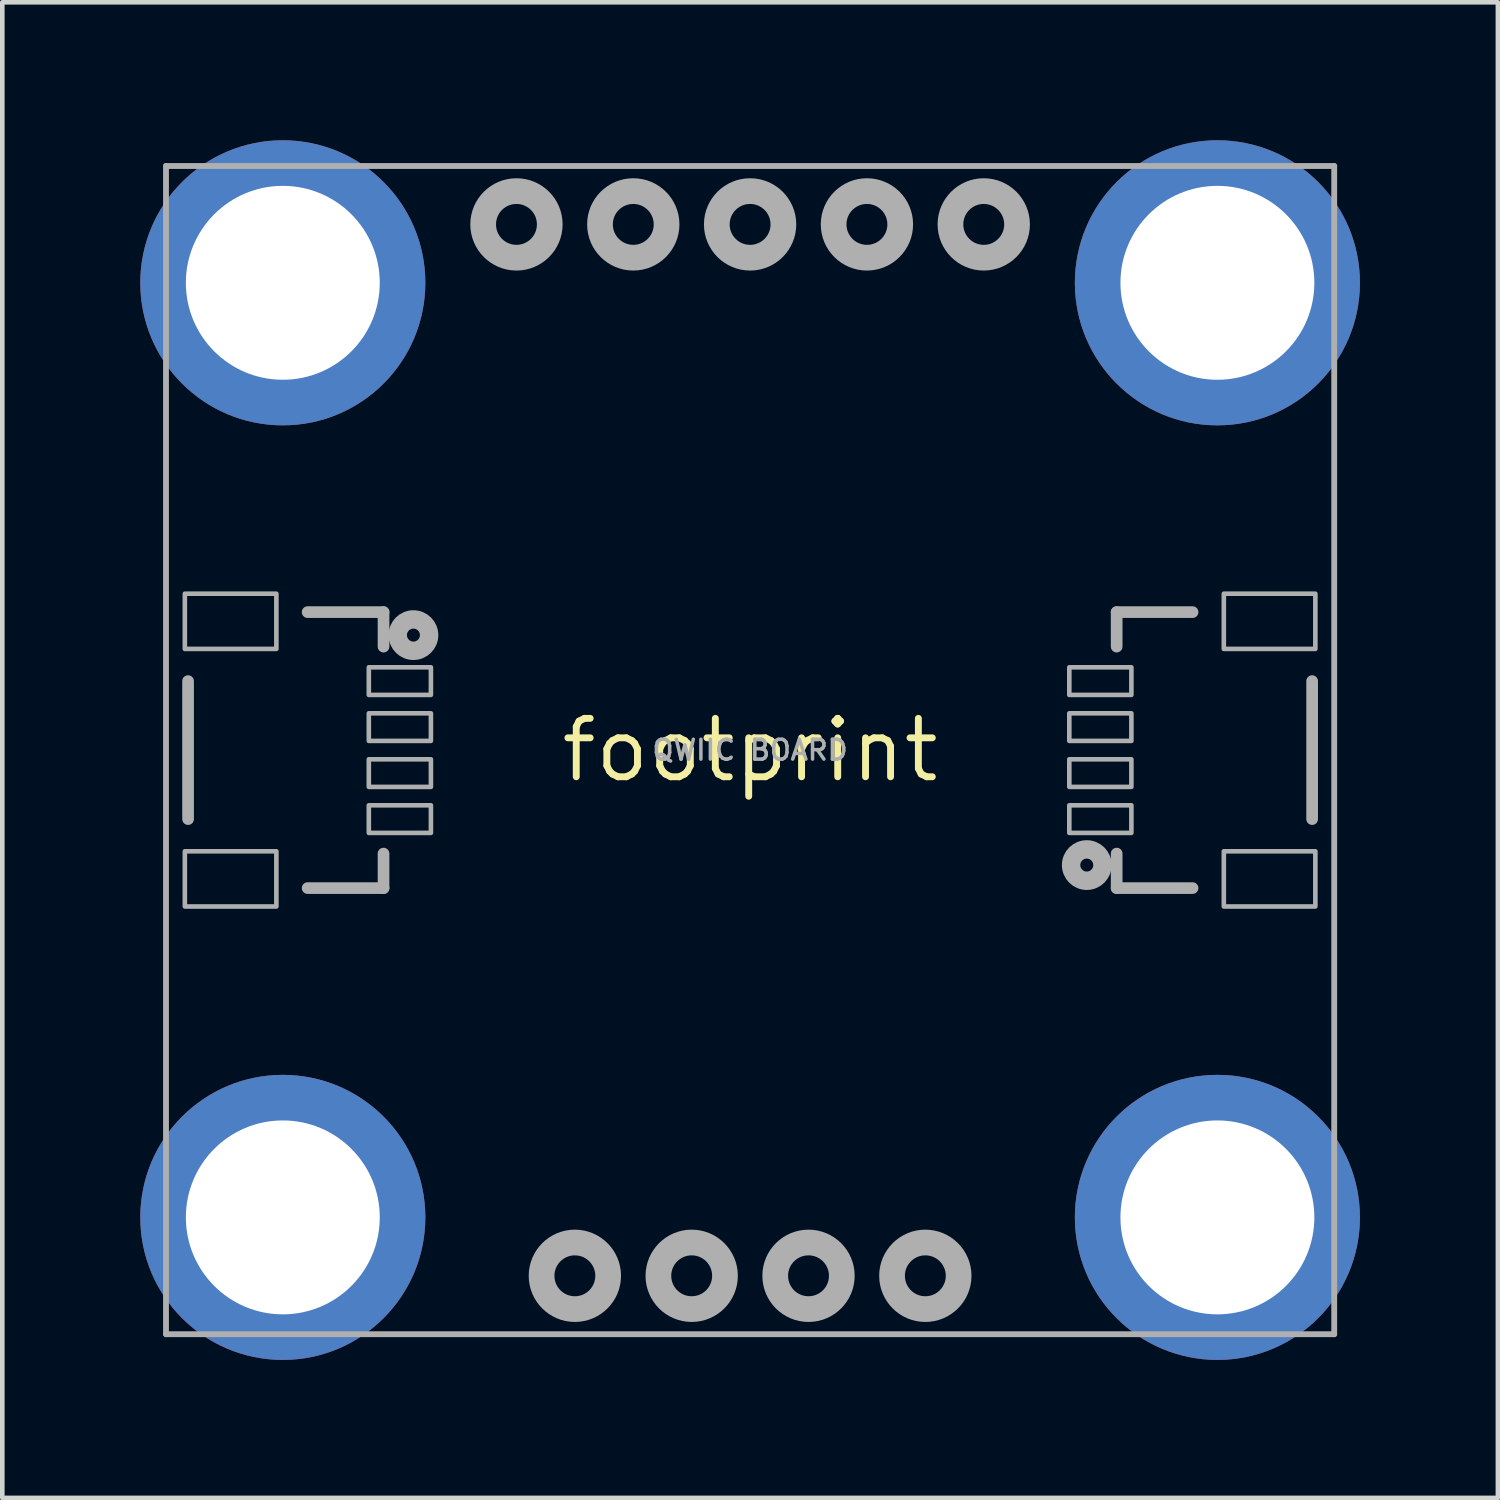
<source format=kicad_pcb>
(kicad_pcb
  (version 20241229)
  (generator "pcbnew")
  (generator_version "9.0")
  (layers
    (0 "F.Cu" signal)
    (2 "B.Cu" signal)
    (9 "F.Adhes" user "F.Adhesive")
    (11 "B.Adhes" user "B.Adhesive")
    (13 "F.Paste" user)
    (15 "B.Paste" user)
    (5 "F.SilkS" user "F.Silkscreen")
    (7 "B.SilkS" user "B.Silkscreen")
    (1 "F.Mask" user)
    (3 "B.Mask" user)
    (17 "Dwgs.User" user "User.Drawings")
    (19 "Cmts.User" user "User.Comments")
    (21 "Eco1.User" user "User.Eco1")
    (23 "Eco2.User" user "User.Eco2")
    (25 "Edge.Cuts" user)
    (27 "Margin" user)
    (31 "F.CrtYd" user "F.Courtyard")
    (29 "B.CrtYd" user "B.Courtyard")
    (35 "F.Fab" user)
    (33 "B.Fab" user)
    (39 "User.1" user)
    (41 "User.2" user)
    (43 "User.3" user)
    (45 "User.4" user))
  (footprint "footprint"
    (layer "F.Cu")
    (at 13.259 13.259)
    (property "Reference" "footprint" (at 0 0 0) (layer "F.SilkS") (effects (font (size 1.27 1.27) (thickness 0.15))))
    (fp_poly (pts (xy 8.217 -9.213) (xy 8.354 -8.961) (xy 8.526 -8.73) (xy 8.73 -8.526) (xy 8.961 -8.354) (xy 9.215 -8.216) (xy 9.485 -8.116) (xy 9.765 -8.056) (xy 9.81 -8.056) (xy 9.81 -7.1) (xy 9.423 -7.168) (xy 9.101 -7.262) (xy 8.791 -7.392) (xy 8.498 -7.555) (xy 8.224 -7.75) (xy 7.974 -7.974) (xy 7.75 -8.224) (xy 7.555 -8.498) (xy 7.392 -8.791) (xy 7.262 -9.101) (xy 7.168 -9.423) (xy 7.1 -9.81) (xy 8.044 -9.81)) (stroke (width 0) (type solid)) (fill yes) (layer "F.Paste"))
    (fp_poly (pts (xy 9.81 8.044) (xy 9.213 8.217) (xy 8.961 8.354) (xy 8.73 8.526) (xy 8.526 8.73) (xy 8.354 8.961) (xy 8.216 9.215) (xy 8.116 9.485) (xy 8.056 9.765) (xy 8.056 9.81) (xy 7.1 9.81) (xy 7.168 9.423) (xy 7.262 9.101) (xy 7.392 8.791) (xy 7.555 8.498) (xy 7.75 8.224) (xy 7.974 7.974) (xy 8.224 7.75) (xy 8.498 7.555) (xy 8.791 7.392) (xy 9.101 7.262) (xy 9.423 7.168) (xy 9.81 7.1)) (stroke (width 0) (type solid)) (fill yes) (layer "F.Paste"))
    (fp_poly (pts (xy -12.103 -9.213) (xy -11.966 -8.961) (xy -11.794 -8.73) (xy -11.59 -8.526) (xy -11.359 -8.354) (xy -11.105 -8.216) (xy -10.835 -8.116) (xy -10.51 -8.046) (xy -10.51 -7.1) (xy -10.897 -7.168) (xy -11.219 -7.262) (xy -11.529 -7.392) (xy -11.822 -7.555) (xy -12.096 -7.75) (xy -12.346 -7.974) (xy -12.57 -8.224) (xy -12.765 -8.498) (xy -12.928 -8.791) (xy -13.058 -9.101) (xy -13.152 -9.423) (xy -13.209 -9.751) (xy -13.16 -9.76) (xy -13.16 -9.81) (xy -12.276 -9.81)) (stroke (width 0) (type solid)) (fill yes) (layer "F.Paste"))
    (fp_poly (pts (xy -10.56 7.16) (xy -10.51 7.16) (xy -10.51 8.044) (xy -11.107 8.217) (xy -11.359 8.354) (xy -11.59 8.526) (xy -11.794 8.73) (xy -11.966 8.961) (xy -12.104 9.215) (xy -12.204 9.485) (xy -12.274 9.81) (xy -13.22 9.81) (xy -13.152 9.423) (xy -13.058 9.101) (xy -12.928 8.791) (xy -12.765 8.498) (xy -12.57 8.224) (xy -12.346 7.974) (xy -12.096 7.75) (xy -11.822 7.555) (xy -11.529 7.392) (xy -11.219 7.262) (xy -10.897 7.168) (xy -10.569 7.111)) (stroke (width 0) (type solid)) (fill yes) (layer "F.Paste"))
    (fp_poly (pts (xy -9.423 7.168) (xy -9.101 7.262) (xy -8.791 7.392) (xy -8.498 7.555) (xy -8.224 7.75) (xy -7.974 7.974) (xy -7.75 8.224) (xy -7.555 8.498) (xy -7.392 8.791) (xy -7.262 9.101) (xy -7.168 9.423) (xy -7.1 9.81) (xy -8.046 9.81) (xy -8.116 9.485) (xy -8.216 9.215) (xy -8.354 8.961) (xy -8.526 8.73) (xy -8.73 8.526) (xy -8.961 8.354) (xy -9.215 8.216) (xy -9.485 8.116) (xy -9.765 8.056) (xy -9.81 8.056) (xy -9.81 7.1)) (stroke (width 0) (type solid)) (fill yes) (layer "F.Paste"))
    (fp_poly (pts (xy -7.168 -9.423) (xy -7.262 -9.101) (xy -7.392 -8.791) (xy -7.555 -8.498) (xy -7.75 -8.224) (xy -7.974 -7.974) (xy -8.224 -7.75) (xy -8.498 -7.555) (xy -8.791 -7.392) (xy -9.101 -7.262) (xy -9.423 -7.168) (xy -9.81 -7.1) (xy -9.81 -8.046) (xy -9.485 -8.116) (xy -9.215 -8.216) (xy -8.961 -8.354) (xy -8.73 -8.526) (xy -8.526 -8.73) (xy -8.354 -8.961) (xy -8.216 -9.215) (xy -8.116 -9.485) (xy -8.056 -9.765) (xy -8.056 -9.81) (xy -7.1 -9.81)) (stroke (width 0) (type solid)) (fill yes) (layer "F.Paste"))
    (fp_poly (pts (xy 8.217 11.107) (xy 8.354 11.359) (xy 8.526 11.59) (xy 8.73 11.794) (xy 8.961 11.966) (xy 9.215 12.104) (xy 9.485 12.204) (xy 9.81 12.274) (xy 9.81 13.22) (xy 9.423 13.152) (xy 9.101 13.058) (xy 8.791 12.928) (xy 8.498 12.765) (xy 8.224 12.57) (xy 7.974 12.346) (xy 7.75 12.096) (xy 7.555 11.822) (xy 7.392 11.529) (xy 7.262 11.219) (xy 7.168 10.897) (xy 7.111 10.569) (xy 7.16 10.56) (xy 7.16 10.51) (xy 8.044 10.51)) (stroke (width 0) (type solid)) (fill yes) (layer "F.Paste"))
    (fp_poly (pts (xy 9.76 -13.16) (xy 9.81 -13.16) (xy 9.81 -12.276) (xy 9.213 -12.103) (xy 8.961 -11.966) (xy 8.73 -11.794) (xy 8.526 -11.59) (xy 8.354 -11.359) (xy 8.216 -11.105) (xy 8.116 -10.835) (xy 8.046 -10.51) (xy 7.1 -10.51) (xy 7.168 -10.897) (xy 7.262 -11.219) (xy 7.392 -11.529) (xy 7.555 -11.822) (xy 7.75 -12.096) (xy 7.974 -12.346) (xy 8.224 -12.57) (xy 8.498 -12.765) (xy 8.791 -12.928) (xy 9.101 -13.058) (xy 9.423 -13.152) (xy 9.751 -13.209)) (stroke (width 0) (type solid)) (fill yes) (layer "F.Paste"))
    (fp_poly (pts (xy -12.103 11.107) (xy -11.966 11.359) (xy -11.794 11.59) (xy -11.59 11.794) (xy -11.359 11.966) (xy -11.105 12.104) (xy -10.835 12.204) (xy -10.087 12.364) (xy -10.51 12.364) (xy -10.51 13.22) (xy -10.897 13.152) (xy -11.219 13.058) (xy -11.529 12.928) (xy -11.822 12.765) (xy -12.096 12.57) (xy -12.346 12.346) (xy -12.57 12.096) (xy -12.765 11.822) (xy -12.928 11.529) (xy -13.058 11.219) (xy -13.152 10.897) (xy -13.209 10.569) (xy -13.16 10.56) (xy -13.16 10.51) (xy -12.276 10.51)) (stroke (width 0) (type solid)) (fill yes) (layer "F.Paste"))
    (fp_poly (pts (xy -10.56 -13.16) (xy -10.51 -13.16) (xy -10.51 -12.276) (xy -11.107 -12.103) (xy -11.359 -11.966) (xy -11.59 -11.794) (xy -11.794 -11.59) (xy -11.966 -11.359) (xy -12.104 -11.105) (xy -12.204 -10.835) (xy -12.364 -10.087) (xy -12.364 -10.51) (xy -13.22 -10.51) (xy -13.152 -10.897) (xy -13.058 -11.219) (xy -12.928 -11.529) (xy -12.765 -11.822) (xy -12.57 -12.096) (xy -12.346 -12.346) (xy -12.096 -12.57) (xy -11.822 -12.765) (xy -11.529 -12.928) (xy -11.219 -13.058) (xy -10.897 -13.152) (xy -10.569 -13.209)) (stroke (width 0) (type solid)) (fill yes) (layer "F.Paste"))
    (fp_poly (pts (xy -9.81 12.274) (xy -9.485 12.204) (xy -9.215 12.104) (xy -8.961 11.966) (xy -8.73 11.794) (xy -8.526 11.59) (xy -8.354 11.359) (xy -8.216 11.105) (xy -8.116 10.835) (xy -8.046 10.51) (xy -7.1 10.51) (xy -7.168 10.897) (xy -7.262 11.219) (xy -7.392 11.529) (xy -7.555 11.822) (xy -7.75 12.096) (xy -7.974 12.346) (xy -8.224 12.57) (xy -8.498 12.765) (xy -8.791 12.928) (xy -9.101 13.058) (xy -9.423 13.152) (xy -9.751 13.209) (xy -9.76 13.16) (xy -9.81 13.16)) (stroke (width 0) (type solid)) (fill yes) (layer "F.Paste"))
    (fp_poly (pts (xy -9.423 -13.152) (xy -9.101 -13.058) (xy -8.791 -12.928) (xy -8.498 -12.765) (xy -8.224 -12.57) (xy -7.974 -12.346) (xy -7.75 -12.096) (xy -7.555 -11.822) (xy -7.392 -11.529) (xy -7.262 -11.219) (xy -7.168 -10.897) (xy -7.111 -10.569) (xy -7.16 -10.56) (xy -7.16 -10.51) (xy -8.046 -10.51) (xy -8.116 -10.835) (xy -8.216 -11.105) (xy -8.354 -11.359) (xy -8.526 -11.59) (xy -8.73 -11.794) (xy -8.961 -11.966) (xy -9.215 -12.104) (xy -9.485 -12.204) (xy -9.81 -12.274) (xy -9.81 -13.22)) (stroke (width 0) (type solid)) (fill yes) (layer "F.Paste"))
    (fp_poly (pts (xy 10.51 -8.046) (xy 10.835 -8.116) (xy 11.105 -8.216) (xy 11.359 -8.354) (xy 11.59 -8.526) (xy 11.794 -8.73) (xy 11.966 -8.961) (xy 12.104 -9.215) (xy 12.204 -9.485) (xy 12.274 -9.81) (xy 13.22 -9.81) (xy 13.152 -9.423) (xy 13.058 -9.101) (xy 12.928 -8.791) (xy 12.765 -8.498) (xy 12.57 -8.224) (xy 12.346 -7.974) (xy 12.096 -7.75) (xy 11.822 -7.555) (xy 11.529 -7.392) (xy 11.219 -7.262) (xy 10.897 -7.168) (xy 10.569 -7.111) (xy 10.56 -7.16) (xy 10.51 -7.16)) (stroke (width 0) (type solid)) (fill yes) (layer "F.Paste"))
    (fp_poly (pts (xy 10.897 7.168) (xy 11.219 7.262) (xy 11.529 7.392) (xy 11.822 7.555) (xy 12.096 7.75) (xy 12.346 7.974) (xy 12.57 8.224) (xy 12.765 8.498) (xy 12.928 8.791) (xy 13.058 9.101) (xy 13.152 9.423) (xy 13.209 9.751) (xy 13.16 9.76) (xy 13.16 9.81) (xy 12.274 9.81) (xy 12.204 9.485) (xy 12.104 9.215) (xy 11.966 8.961) (xy 11.794 8.73) (xy 11.59 8.526) (xy 11.359 8.354) (xy 11.105 8.216) (xy 10.835 8.116) (xy 10.51 8.046) (xy 10.51 7.1)) (stroke (width 0) (type solid)) (fill yes) (layer "F.Paste"))
    (fp_poly (pts (xy 10.51 12.274) (xy 10.835 12.204) (xy 11.105 12.104) (xy 11.359 11.966) (xy 11.59 11.794) (xy 11.794 11.59) (xy 11.966 11.359) (xy 12.104 11.105) (xy 12.204 10.835) (xy 12.364 10.087) (xy 12.364 10.51) (xy 13.22 10.51) (xy 13.152 10.897) (xy 13.058 11.219) (xy 12.928 11.529) (xy 12.765 11.822) (xy 12.57 12.096) (xy 12.346 12.346) (xy 12.096 12.57) (xy 11.822 12.765) (xy 11.529 12.928) (xy 11.219 13.058) (xy 10.897 13.152) (xy 10.569 13.209) (xy 10.56 13.16) (xy 10.51 13.16)) (stroke (width 0) (type solid)) (fill yes) (layer "F.Paste"))
    (fp_poly (pts (xy 10.897 -13.152) (xy 11.219 -13.058) (xy 11.529 -12.928) (xy 11.822 -12.765) (xy 12.096 -12.57) (xy 12.346 -12.346) (xy 12.57 -12.096) (xy 12.765 -11.822) (xy 12.928 -11.529) (xy 13.058 -11.219) (xy 13.152 -10.897) (xy 13.209 -10.569) (xy 13.16 -10.56) (xy 13.16 -10.51) (xy 12.274 -10.51) (xy 12.204 -10.835) (xy 12.104 -11.105) (xy 11.966 -11.359) (xy 11.794 -11.59) (xy 11.59 -11.794) (xy 11.359 -11.966) (xy 11.105 -12.104) (xy 10.835 -12.204) (xy 10.087 -12.364) (xy 10.51 -12.364) (xy 10.51 -13.22)) (stroke (width 0) (type solid)) (fill yes) (layer "F.Paste"))
    (fp_line (start -12.7 -12.7) (end 12.7 -12.7) (stroke (width 0.127) (type solid)) (layer "F.Fab"))
    (fp_line (start -12.7 12.7) (end -12.7 -12.7) (stroke (width 0.127) (type solid)) (layer "F.Fab"))
    (fp_line (start -12.22 -1.5) (end -12.22 1.5) (stroke (width 0.254) (type solid)) (layer "F.Fab"))
    (fp_line (start -9.62 -3) (end -7.97 -3) (stroke (width 0.254) (type solid)) (layer "F.Fab"))
    (fp_line (start -7.97 -3) (end -7.97 -2.25) (stroke (width 0.254) (type solid)) (layer "F.Fab"))
    (fp_line (start -7.97 2.25) (end -7.97 3) (stroke (width 0.254) (type solid)) (layer "F.Fab"))
    (fp_line (start -7.97 3) (end -9.62 3) (stroke (width 0.254) (type solid)) (layer "F.Fab"))
    (fp_line (start 7.97 -3) (end 9.62 -3) (stroke (width 0.254) (type solid)) (layer "F.Fab"))
    (fp_line (start 7.97 -2.25) (end 7.97 -3) (stroke (width 0.254) (type solid)) (layer "F.Fab"))
    (fp_line (start 7.97 3) (end 7.97 2.25) (stroke (width 0.254) (type solid)) (layer "F.Fab"))
    (fp_line (start 9.62 3) (end 7.97 3) (stroke (width 0.254) (type solid)) (layer "F.Fab"))
    (fp_line (start 12.22 1.5) (end 12.22 -1.5) (stroke (width 0.254) (type solid)) (layer "F.Fab"))
    (fp_line (start 12.7 -12.7) (end 12.7 12.7) (stroke (width 0.127) (type solid)) (layer "F.Fab"))
    (fp_line (start 12.7 12.7) (end -12.7 12.7) (stroke (width 0.127) (type solid)) (layer "F.Fab"))
    (fp_circle (center -7.32 -2.5) (end -7.179 -2.5) (stroke (width 0.4) (type solid)) (fill no) (layer "F.Fab"))
    (fp_circle (center -5.08 -11.43) (end -4.356 -11.43) (stroke (width 0.559) (type solid)) (fill no) (layer "F.Fab"))
    (fp_circle (center -3.81 11.43) (end -3.086 11.43) (stroke (width 0.559) (type solid)) (fill no) (layer "F.Fab"))
    (fp_circle (center -2.54 -11.43) (end -1.816 -11.43) (stroke (width 0.559) (type solid)) (fill no) (layer "F.Fab"))
    (fp_circle (center -1.27 11.43) (end -0.546 11.43) (stroke (width 0.559) (type solid)) (fill no) (layer "F.Fab"))
    (fp_circle (center 0 -11.43) (end 0.724 -11.43) (stroke (width 0.559) (type solid)) (fill no) (layer "F.Fab"))
    (fp_circle (center 1.27 11.43) (end 1.994 11.43) (stroke (width 0.559) (type solid)) (fill no) (layer "F.Fab"))
    (fp_circle (center 2.54 -11.43) (end 3.264 -11.43) (stroke (width 0.559) (type solid)) (fill no) (layer "F.Fab"))
    (fp_circle (center 3.81 11.43) (end 4.534 11.43) (stroke (width 0.559) (type solid)) (fill no) (layer "F.Fab"))
    (fp_circle (center 5.08 -11.43) (end 5.804 -11.43) (stroke (width 0.559) (type solid)) (fill no) (layer "F.Fab"))
    (fp_circle (center 7.32 2.5) (end 7.461 2.5) (stroke (width 0.4) (type solid)) (fill no) (layer "F.Fab"))
    (fp_poly (pts (xy -12.29 -2.2) (xy -10.3 -2.2) (xy -10.3 -3.4) (xy -12.29 -3.4)) (stroke (width 0.1) (type solid)) (fill no) (layer "F.Fab"))
    (fp_poly (pts (xy -12.29 3.4) (xy -10.3 3.4) (xy -10.3 2.2) (xy -12.29 2.2)) (stroke (width 0.1) (type solid)) (fill no) (layer "F.Fab"))
    (fp_poly (pts (xy -8.29 -1.2) (xy -6.94 -1.2) (xy -6.94 -1.8) (xy -8.29 -1.8)) (stroke (width 0.1) (type solid)) (fill no) (layer "F.Fab"))
    (fp_poly (pts (xy -8.29 -0.2) (xy -6.94 -0.2) (xy -6.94 -0.8) (xy -8.29 -0.8)) (stroke (width 0.1) (type solid)) (fill no) (layer "F.Fab"))
    (fp_poly (pts (xy -8.29 0.8) (xy -6.94 0.8) (xy -6.94 0.2) (xy -8.29 0.2)) (stroke (width 0.1) (type solid)) (fill no) (layer "F.Fab"))
    (fp_poly (pts (xy -8.29 1.8) (xy -6.94 1.8) (xy -6.94 1.2) (xy -8.29 1.2)) (stroke (width 0.1) (type solid)) (fill no) (layer "F.Fab"))
    (fp_poly (pts (xy 8.29 -1.8) (xy 6.94 -1.8) (xy 6.94 -1.2) (xy 8.29 -1.2)) (stroke (width 0.1) (type solid)) (fill no) (layer "F.Fab"))
    (fp_poly (pts (xy 8.29 -0.8) (xy 6.94 -0.8) (xy 6.94 -0.2) (xy 8.29 -0.2)) (stroke (width 0.1) (type solid)) (fill no) (layer "F.Fab"))
    (fp_poly (pts (xy 8.29 0.2) (xy 6.94 0.2) (xy 6.94 0.8) (xy 8.29 0.8)) (stroke (width 0.1) (type solid)) (fill no) (layer "F.Fab"))
    (fp_poly (pts (xy 8.29 1.2) (xy 6.94 1.2) (xy 6.94 1.8) (xy 8.29 1.8)) (stroke (width 0.1) (type solid)) (fill no) (layer "F.Fab"))
    (fp_poly (pts (xy 12.29 -3.4) (xy 10.3 -3.4) (xy 10.3 -2.2) (xy 12.29 -2.2)) (stroke (width 0.1) (type solid)) (fill no) (layer "F.Fab"))
    (fp_poly (pts (xy 12.29 2.2) (xy 10.3 2.2) (xy 10.3 3.4) (xy 12.29 3.4)) (stroke (width 0.1) (type solid)) (fill no) (layer "F.Fab"))
    (fp_text user "QWIIC BOARD" (at 0 0 0) (layer "F.Fab") (effects (font (size 0.432 0.432) (thickness 0.076))))
    (pad "1" thru_hole circle (at -10.16 -10.16) (size 6.198 6.198) (drill 4.216) (layers "*.Cu" "*.Mask"))
    (pad "2" thru_hole circle (at 10.16 -10.16) (size 6.198 6.198) (drill 4.216) (layers "*.Cu" "*.Mask"))
    (pad "3" thru_hole circle (at -10.16 10.16) (size 6.198 6.198) (drill 4.216) (layers "*.Cu" "*.Mask"))
    (pad "4" thru_hole circle (at 10.16 10.16) (size 6.198 6.198) (drill 4.216) (layers "*.Cu" "*.Mask")))
  (gr_rect
    (start -3 -3)
    (end 29.518 29.518)
    (stroke (width 0.1) (type default))
    (fill no)
    (layer "Edge.Cuts")))
</source>
